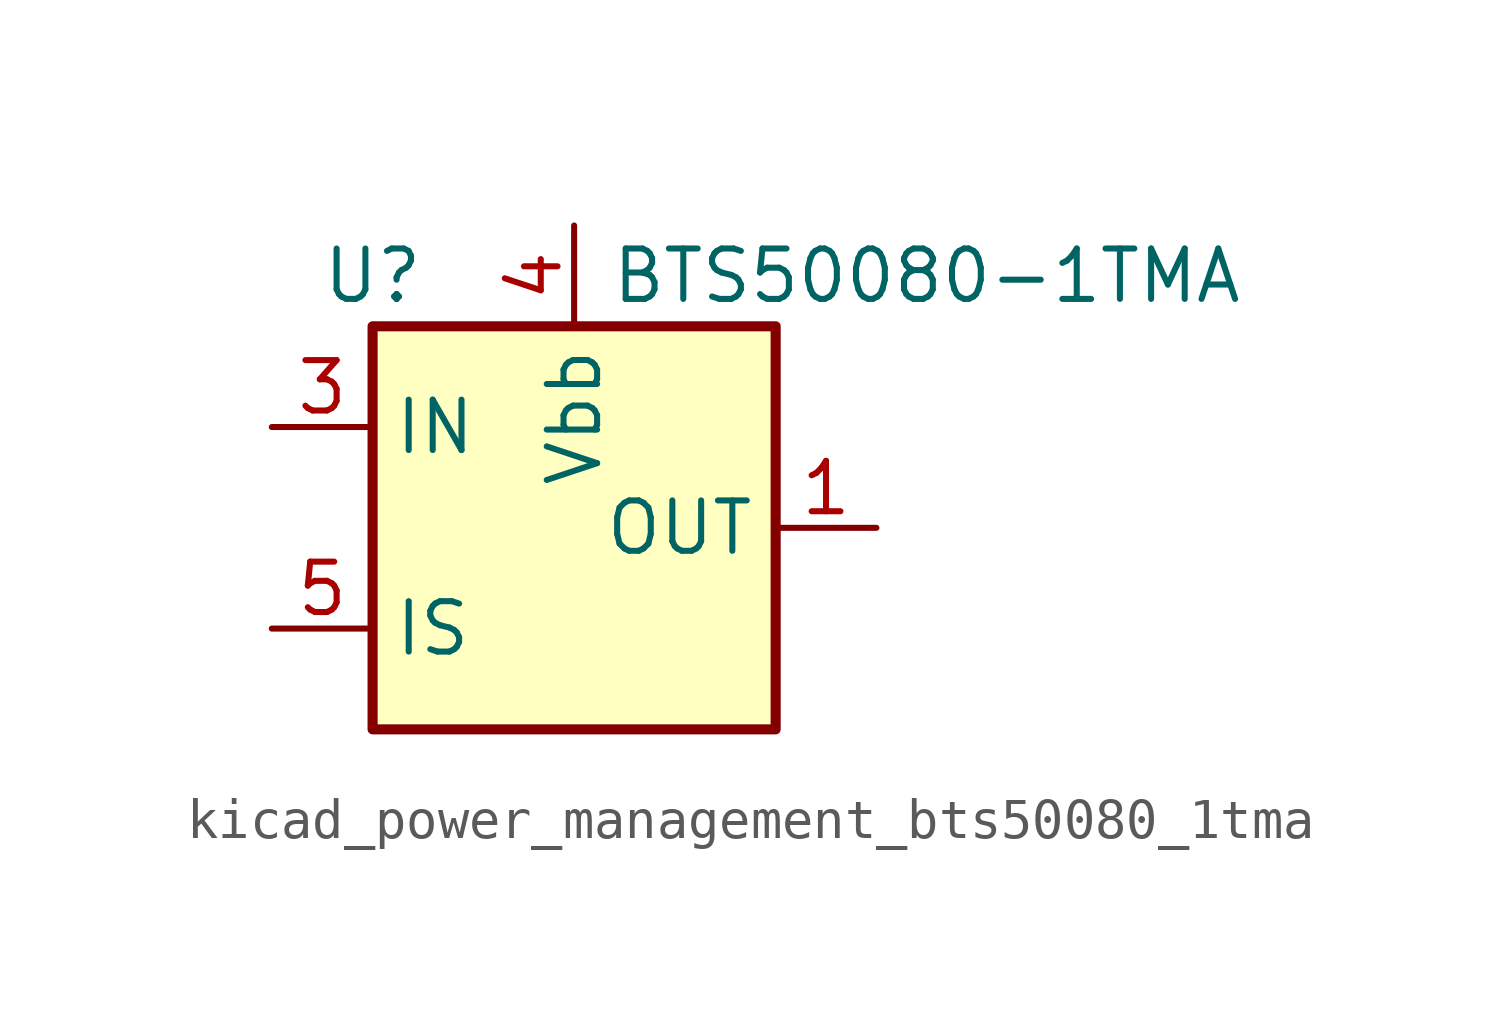
<source format=kicad_sym>
(kicad_symbol_lib
  (version 20220914)
  (generator kicad_symbol_editor)
  (symbol "kicad_power_management_bts50080_1tma"
    (property "Reference" "U"
      (at -5.08 6.35 0)
      (effects (font (size 1.27 1.27))))
    (property "Value" "BTS50080-1TMA"
      (at 8.89 6.35 0)
      (effects (font (size 1.27 1.27))))
    (symbol "kicad_power_management_bts50080_1tma_0_1"
      (rectangle (start -5.08 5.08) (end 5.08 -5.08) (stroke (width 0.254) (type default)) (fill (type background))))
    (symbol "kicad_power_management_bts50080_1tma_1_1"
      (pin power_out line (at 7.62 0 180) (length 2.54) (name "OUT" (effects (font (size 1.27 1.27)))) (number "1" (effects (font (size 1.27 1.27)))))
      (pin passive line (at 7.62 0 180) (length 2.54) hide (name "OUT" (effects (font (size 1.27 1.27)))) (number "2" (effects (font (size 1.27 1.27)))))
      (pin input line (at -7.62 2.54 0) (length 2.54) (name "IN" (effects (font (size 1.27 1.27)))) (number "3" (effects (font (size 1.27 1.27)))))
      (pin power_in line (at 0 7.62 270) (length 2.54) (name "Vbb" (effects (font (size 1.27 1.27)))) (number "4" (effects (font (size 1.27 1.27)))))
      (pin output line (at -7.62 -2.54 0) (length 2.54) (name "IS" (effects (font (size 1.27 1.27)))) (number "5" (effects (font (size 1.27 1.27)))))
      (pin passive line (at 7.62 0 180) (length 2.54) hide (name "OUT" (effects (font (size 1.27 1.27)))) (number "6" (effects (font (size 1.27 1.27)))))
      (pin passive line (at 7.62 0 180) (length 2.54) hide (name "OUT" (effects (font (size 1.27 1.27)))) (number "7" (effects (font (size 1.27 1.27))))))))
</source>
